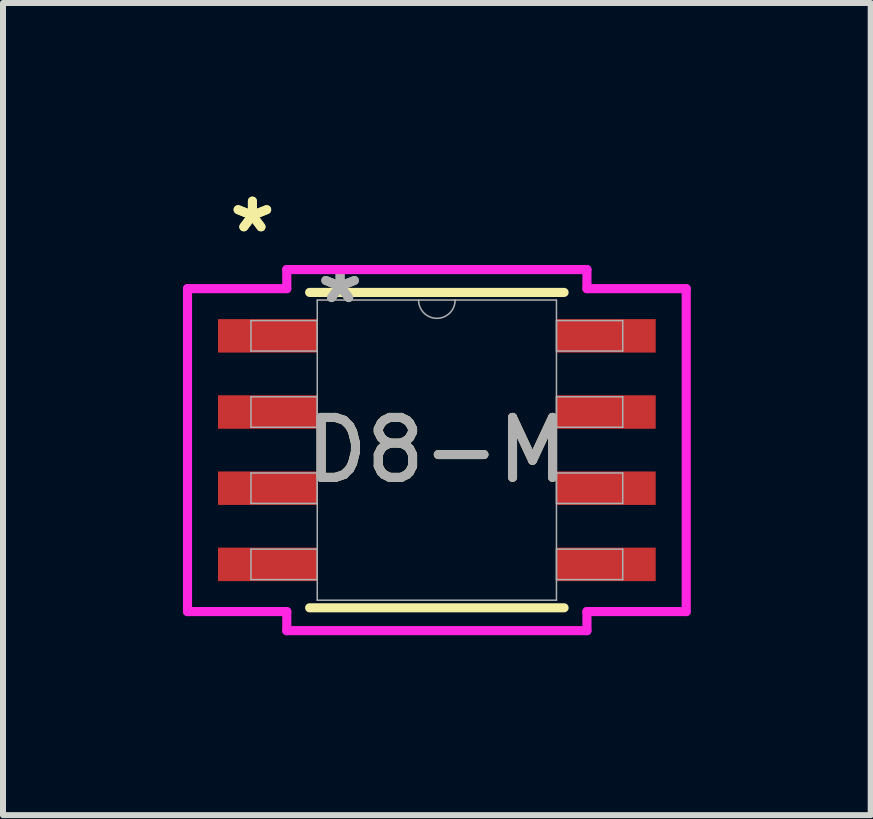
<source format=kicad_pcb>
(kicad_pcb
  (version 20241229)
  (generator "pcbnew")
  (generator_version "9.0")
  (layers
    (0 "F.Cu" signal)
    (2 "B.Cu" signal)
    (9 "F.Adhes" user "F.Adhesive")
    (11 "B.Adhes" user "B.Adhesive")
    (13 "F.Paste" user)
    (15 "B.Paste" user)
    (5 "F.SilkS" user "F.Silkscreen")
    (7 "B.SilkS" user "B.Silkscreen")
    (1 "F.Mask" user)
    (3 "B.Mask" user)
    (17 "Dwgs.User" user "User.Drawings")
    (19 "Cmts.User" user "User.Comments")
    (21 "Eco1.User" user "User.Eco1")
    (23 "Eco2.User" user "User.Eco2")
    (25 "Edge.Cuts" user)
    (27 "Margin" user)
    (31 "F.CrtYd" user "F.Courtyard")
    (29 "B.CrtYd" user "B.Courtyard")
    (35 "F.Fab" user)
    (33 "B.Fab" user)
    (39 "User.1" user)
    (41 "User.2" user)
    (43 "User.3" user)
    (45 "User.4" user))
  (footprint "D8-M"
    (layer "F.Cu")
    (at 4.233 4.454)
    (property "Reference" "D8-M" (at 0 0 0) (unlocked yes) (layer "F.SilkS") (effects (font (size 1 1) (thickness 0.15))))
    (attr smd)
    (fp_line (start -2.121 2.629) (end 2.121 2.629) (stroke (width 0.152) (type solid)) (layer "F.SilkS"))
    (fp_line (start 2.121 -2.629) (end -2.121 -2.629) (stroke (width 0.152) (type solid)) (layer "F.SilkS"))
    (fp_line (start -4.157 -2.692) (end -2.502 -2.692) (stroke (width 0.152) (type solid)) (layer "F.CrtYd"))
    (fp_line (start -4.157 2.692) (end -4.157 -2.692) (stroke (width 0.152) (type solid)) (layer "F.CrtYd"))
    (fp_line (start -4.157 2.692) (end -2.502 2.692) (stroke (width 0.152) (type solid)) (layer "F.CrtYd"))
    (fp_line (start -2.502 -3.01) (end 2.502 -3.01) (stroke (width 0.152) (type solid)) (layer "F.CrtYd"))
    (fp_line (start -2.502 -2.692) (end -2.502 -3.01) (stroke (width 0.152) (type solid)) (layer "F.CrtYd"))
    (fp_line (start -2.502 3.01) (end -2.502 2.692) (stroke (width 0.152) (type solid)) (layer "F.CrtYd"))
    (fp_line (start 2.502 -3.01) (end 2.502 -2.692) (stroke (width 0.152) (type solid)) (layer "F.CrtYd"))
    (fp_line (start 2.502 2.692) (end 2.502 3.01) (stroke (width 0.152) (type solid)) (layer "F.CrtYd"))
    (fp_line (start 2.502 3.01) (end -2.502 3.01) (stroke (width 0.152) (type solid)) (layer "F.CrtYd"))
    (fp_line (start 4.157 -2.692) (end 2.502 -2.692) (stroke (width 0.152) (type solid)) (layer "F.CrtYd"))
    (fp_line (start 4.157 -2.692) (end 4.157 2.692) (stroke (width 0.152) (type solid)) (layer "F.CrtYd"))
    (fp_line (start 4.157 2.692) (end 2.502 2.692) (stroke (width 0.152) (type solid)) (layer "F.CrtYd"))
    (fp_line (start -3.099 -2.159) (end -3.099 -1.651) (stroke (width 0.025) (type solid)) (layer "F.Fab"))
    (fp_line (start -3.099 -1.651) (end -1.994 -1.651) (stroke (width 0.025) (type solid)) (layer "F.Fab"))
    (fp_line (start -3.099 -0.889) (end -3.099 -0.381) (stroke (width 0.025) (type solid)) (layer "F.Fab"))
    (fp_line (start -3.099 -0.381) (end -1.994 -0.381) (stroke (width 0.025) (type solid)) (layer "F.Fab"))
    (fp_line (start -3.099 0.381) (end -3.099 0.889) (stroke (width 0.025) (type solid)) (layer "F.Fab"))
    (fp_line (start -3.099 0.889) (end -1.994 0.889) (stroke (width 0.025) (type solid)) (layer "F.Fab"))
    (fp_line (start -3.099 1.651) (end -3.099 2.159) (stroke (width 0.025) (type solid)) (layer "F.Fab"))
    (fp_line (start -3.099 2.159) (end -1.994 2.159) (stroke (width 0.025) (type solid)) (layer "F.Fab"))
    (fp_line (start -1.994 -2.502) (end -1.994 2.502) (stroke (width 0.025) (type solid)) (layer "F.Fab"))
    (fp_line (start -1.994 -2.159) (end -3.099 -2.159) (stroke (width 0.025) (type solid)) (layer "F.Fab"))
    (fp_line (start -1.994 -1.651) (end -1.994 -2.159) (stroke (width 0.025) (type solid)) (layer "F.Fab"))
    (fp_line (start -1.994 -0.889) (end -3.099 -0.889) (stroke (width 0.025) (type solid)) (layer "F.Fab"))
    (fp_line (start -1.994 -0.381) (end -1.994 -0.889) (stroke (width 0.025) (type solid)) (layer "F.Fab"))
    (fp_line (start -1.994 0.381) (end -3.099 0.381) (stroke (width 0.025) (type solid)) (layer "F.Fab"))
    (fp_line (start -1.994 0.889) (end -1.994 0.381) (stroke (width 0.025) (type solid)) (layer "F.Fab"))
    (fp_line (start -1.994 1.651) (end -3.099 1.651) (stroke (width 0.025) (type solid)) (layer "F.Fab"))
    (fp_line (start -1.994 2.159) (end -1.994 1.651) (stroke (width 0.025) (type solid)) (layer "F.Fab"))
    (fp_line (start -1.994 2.502) (end 1.994 2.502) (stroke (width 0.025) (type solid)) (layer "F.Fab"))
    (fp_line (start 1.994 -2.502) (end -1.994 -2.502) (stroke (width 0.025) (type solid)) (layer "F.Fab"))
    (fp_line (start 1.994 -2.159) (end 1.994 -1.651) (stroke (width 0.025) (type solid)) (layer "F.Fab"))
    (fp_line (start 1.994 -1.651) (end 3.099 -1.651) (stroke (width 0.025) (type solid)) (layer "F.Fab"))
    (fp_line (start 1.994 -0.889) (end 1.994 -0.381) (stroke (width 0.025) (type solid)) (layer "F.Fab"))
    (fp_line (start 1.994 -0.381) (end 3.099 -0.381) (stroke (width 0.025) (type solid)) (layer "F.Fab"))
    (fp_line (start 1.994 0.381) (end 1.994 0.889) (stroke (width 0.025) (type solid)) (layer "F.Fab"))
    (fp_line (start 1.994 0.889) (end 3.099 0.889) (stroke (width 0.025) (type solid)) (layer "F.Fab"))
    (fp_line (start 1.994 1.651) (end 1.994 2.159) (stroke (width 0.025) (type solid)) (layer "F.Fab"))
    (fp_line (start 1.994 2.159) (end 3.099 2.159) (stroke (width 0.025) (type solid)) (layer "F.Fab"))
    (fp_line (start 1.994 2.502) (end 1.994 -2.502) (stroke (width 0.025) (type solid)) (layer "F.Fab"))
    (fp_line (start 3.099 -2.159) (end 1.994 -2.159) (stroke (width 0.025) (type solid)) (layer "F.Fab"))
    (fp_line (start 3.099 -1.651) (end 3.099 -2.159) (stroke (width 0.025) (type solid)) (layer "F.Fab"))
    (fp_line (start 3.099 -0.889) (end 1.994 -0.889) (stroke (width 0.025) (type solid)) (layer "F.Fab"))
    (fp_line (start 3.099 -0.381) (end 3.099 -0.889) (stroke (width 0.025) (type solid)) (layer "F.Fab"))
    (fp_line (start 3.099 0.381) (end 1.994 0.381) (stroke (width 0.025) (type solid)) (layer "F.Fab"))
    (fp_line (start 3.099 0.889) (end 3.099 0.381) (stroke (width 0.025) (type solid)) (layer "F.Fab"))
    (fp_line (start 3.099 1.651) (end 1.994 1.651) (stroke (width 0.025) (type solid)) (layer "F.Fab"))
    (fp_line (start 3.099 2.159) (end 3.099 1.651) (stroke (width 0.025) (type solid)) (layer "F.Fab"))
    (fp_arc (start 0.3048 -2.5019) (mid 0 -2.1971) (end -0.3048 -2.5019) (stroke (width 0.0254) (type solid)) (layer "F.Fab"))
    (fp_text user "*" (at -3.075 -3.606 0) (layer "F.SilkS") (effects (font (size 1 1) (thickness 0.15))))
    (fp_text user "*" (at -3.075 -3.606 0) (unlocked yes) (layer "F.SilkS") (effects (font (size 1 1) (thickness 0.15))))
    (fp_text user "*" (at -1.613 -2.426 0) (unlocked yes) (layer "F.Fab") (effects (font (size 1 1) (thickness 0.15))))
    (fp_text user "${REFERENCE}" (at 0 0 0) (unlocked yes) (layer "F.Fab") (effects (font (size 1 1) (thickness 0.15))))
    (fp_text user "*" (at -1.613 -2.426 0) (layer "F.Fab") (effects (font (size 1 1) (thickness 0.15))))
    (pad "1" smd rect (at -2.821 -1.905) (size 1.655 0.558) (layers "F.Cu" "F.Mask" "F.Paste"))
    (pad "2" smd rect (at -2.821 -0.635) (size 1.655 0.558) (layers "F.Cu" "F.Mask" "F.Paste"))
    (pad "3" smd rect (at -2.821 0.635) (size 1.655 0.558) (layers "F.Cu" "F.Mask" "F.Paste"))
    (pad "4" smd rect (at -2.821 1.905) (size 1.655 0.558) (layers "F.Cu" "F.Mask" "F.Paste"))
    (pad "5" smd rect (at 2.821 1.905) (size 1.655 0.558) (layers "F.Cu" "F.Mask" "F.Paste"))
    (pad "6" smd rect (at 2.821 0.635) (size 1.655 0.558) (layers "F.Cu" "F.Mask" "F.Paste"))
    (pad "7" smd rect (at 2.821 -0.635) (size 1.655 0.558) (layers "F.Cu" "F.Mask" "F.Paste"))
    (pad "8" smd rect (at 2.821 -1.905) (size 1.655 0.558) (layers "F.Cu" "F.Mask" "F.Paste")))
  (gr_rect
    (start -3 -3)
    (end 11.466 10.54)
    (stroke (width 0.1) (type default))
    (fill no)
    (layer "Edge.Cuts")))
</source>
